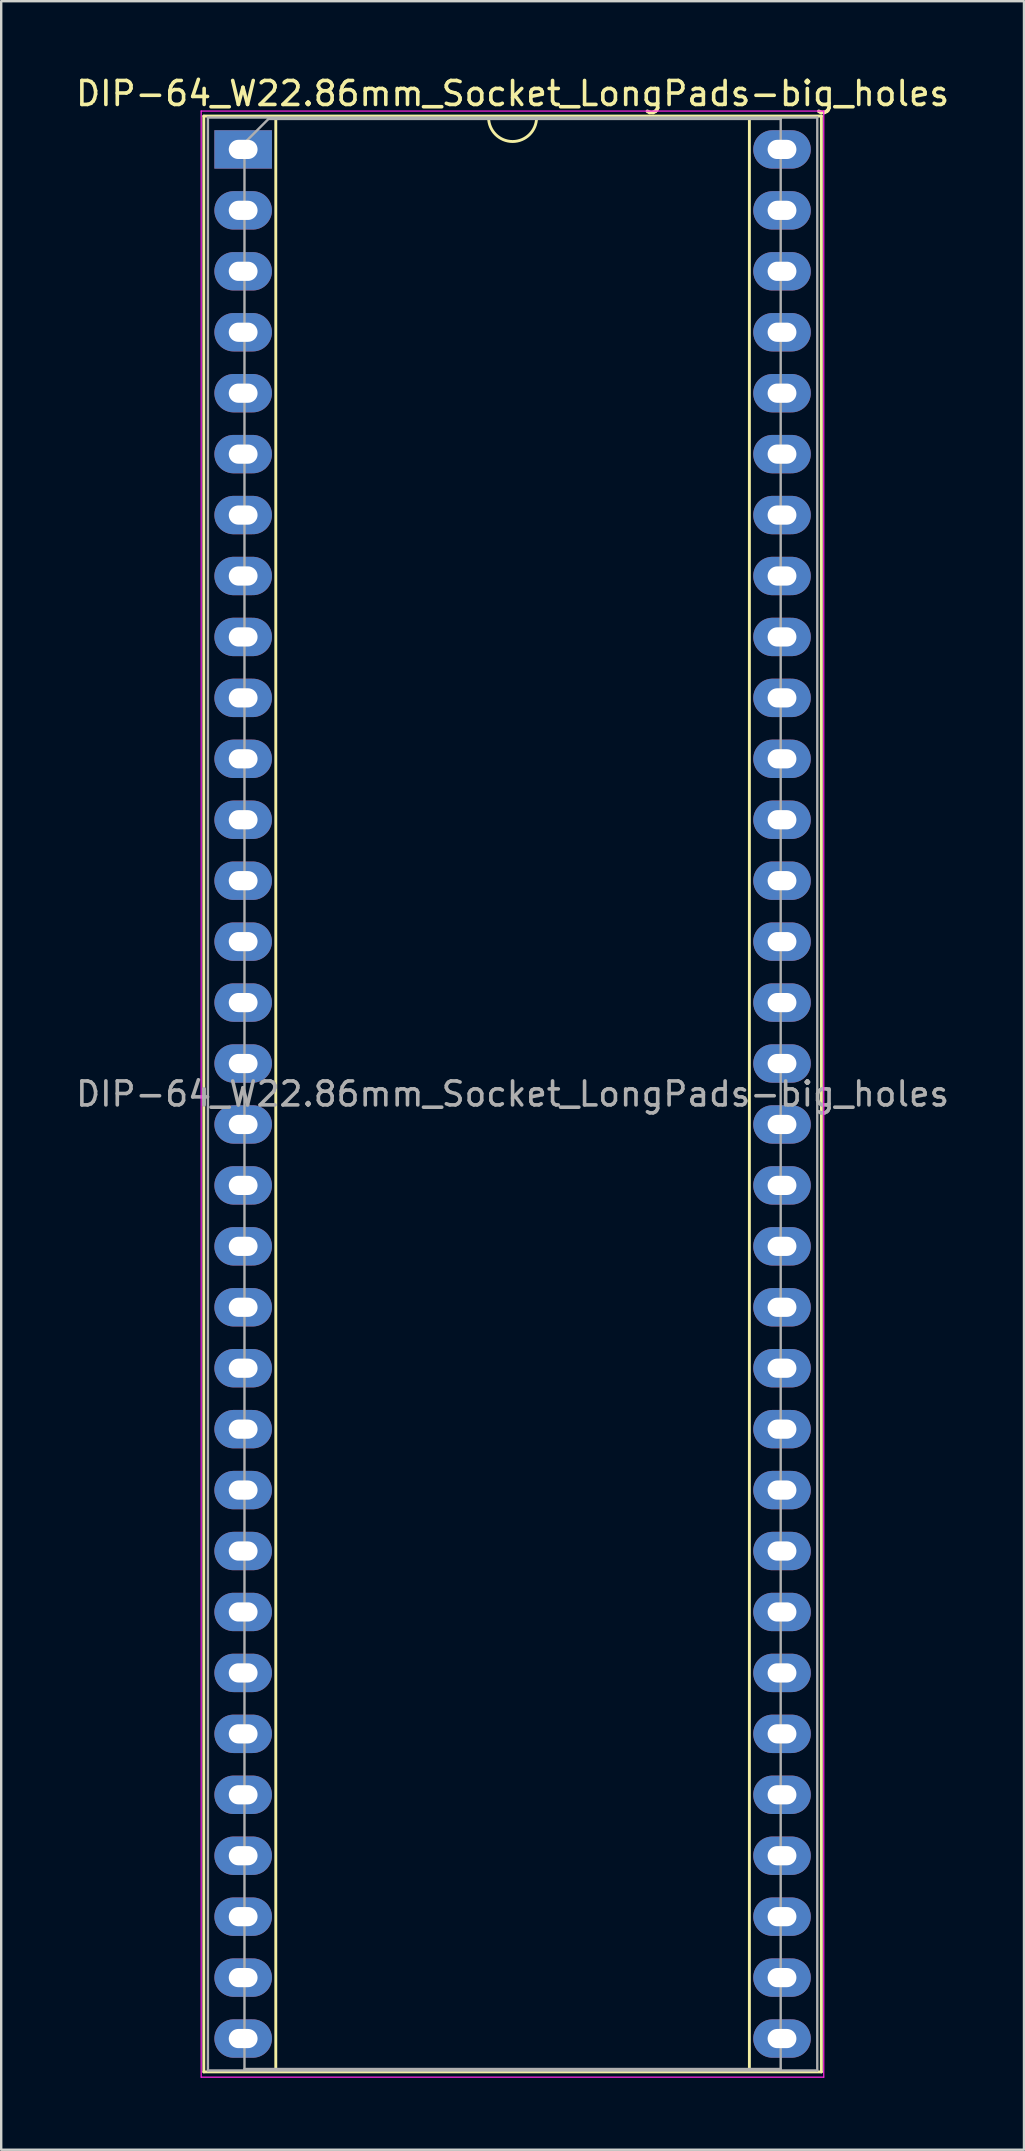
<source format=kicad_pcb>
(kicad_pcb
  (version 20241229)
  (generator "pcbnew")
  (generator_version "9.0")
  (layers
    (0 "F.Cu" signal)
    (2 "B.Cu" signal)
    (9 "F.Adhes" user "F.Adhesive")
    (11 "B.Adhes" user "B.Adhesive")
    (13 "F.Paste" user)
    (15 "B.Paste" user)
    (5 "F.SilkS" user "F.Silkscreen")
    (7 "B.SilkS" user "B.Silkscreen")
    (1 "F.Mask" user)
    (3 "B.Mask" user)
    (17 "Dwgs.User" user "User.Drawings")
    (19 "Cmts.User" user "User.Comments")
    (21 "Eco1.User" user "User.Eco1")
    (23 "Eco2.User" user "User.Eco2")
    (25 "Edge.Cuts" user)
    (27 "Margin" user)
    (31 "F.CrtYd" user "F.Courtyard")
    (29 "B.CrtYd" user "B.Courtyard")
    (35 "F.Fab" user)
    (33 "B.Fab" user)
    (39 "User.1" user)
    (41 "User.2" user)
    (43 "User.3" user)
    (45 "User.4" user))
  (footprint "DIP-64_W22.86mm_Socket_LongPads-big_holes"
    (layer "F.Cu")
    (at 6.885 3.178)
    (property "Reference" "DIP-64_W22.86mm_Socket_LongPads-big_holes" (at 11.43 -2.33 0) (layer "F.SilkS") (effects (font (size 1 1) (thickness 0.15))))
    (attr through_hole)
    (fp_line (start -1.44 -1.39) (end -1.44 80.13) (stroke (width 0.12) (type solid)) (layer "F.SilkS"))
    (fp_line (start -1.44 80.13) (end 24.3 80.13) (stroke (width 0.12) (type solid)) (layer "F.SilkS"))
    (fp_line (start 1.56 -1.33) (end 1.56 80.07) (stroke (width 0.12) (type solid)) (layer "F.SilkS"))
    (fp_line (start 1.56 80.07) (end 21.3 80.07) (stroke (width 0.12) (type solid)) (layer "F.SilkS"))
    (fp_line (start 10.43 -1.33) (end 1.56 -1.33) (stroke (width 0.12) (type solid)) (layer "F.SilkS"))
    (fp_line (start 21.3 -1.33) (end 12.43 -1.33) (stroke (width 0.12) (type solid)) (layer "F.SilkS"))
    (fp_line (start 21.3 80.07) (end 21.3 -1.33) (stroke (width 0.12) (type solid)) (layer "F.SilkS"))
    (fp_line (start 24.3 -1.39) (end -1.44 -1.39) (stroke (width 0.12) (type solid)) (layer "F.SilkS"))
    (fp_line (start 24.3 80.13) (end 24.3 -1.39) (stroke (width 0.12) (type solid)) (layer "F.SilkS"))
    (fp_arc (start 12.43 -1.33) (mid 11.43 -0.33) (end 10.43 -1.33) (stroke (width 0.12) (type solid)) (layer "F.SilkS"))
    (fp_line (start -1.55 -1.6) (end -1.55 80.35) (stroke (width 0.05) (type solid)) (layer "F.CrtYd"))
    (fp_line (start -1.55 80.35) (end 24.4 80.35) (stroke (width 0.05) (type solid)) (layer "F.CrtYd"))
    (fp_line (start 24.4 -1.6) (end -1.55 -1.6) (stroke (width 0.05) (type solid)) (layer "F.CrtYd"))
    (fp_line (start 24.4 80.35) (end 24.4 -1.6) (stroke (width 0.05) (type solid)) (layer "F.CrtYd"))
    (fp_line (start -1.27 -1.33) (end -1.27 80.07) (stroke (width 0.1) (type solid)) (layer "F.Fab"))
    (fp_line (start -1.27 80.07) (end 24.13 80.07) (stroke (width 0.1) (type solid)) (layer "F.Fab"))
    (fp_line (start 0.255 -0.27) (end 1.255 -1.27) (stroke (width 0.1) (type solid)) (layer "F.Fab"))
    (fp_line (start 0.255 80.01) (end 0.255 -0.27) (stroke (width 0.1) (type solid)) (layer "F.Fab"))
    (fp_line (start 1.255 -1.27) (end 22.605 -1.27) (stroke (width 0.1) (type solid)) (layer "F.Fab"))
    (fp_line (start 22.605 -1.27) (end 22.605 80.01) (stroke (width 0.1) (type solid)) (layer "F.Fab"))
    (fp_line (start 22.605 80.01) (end 0.255 80.01) (stroke (width 0.1) (type solid)) (layer "F.Fab"))
    (fp_line (start 24.13 -1.33) (end -1.27 -1.33) (stroke (width 0.1) (type solid)) (layer "F.Fab"))
    (fp_line (start 24.13 80.07) (end 24.13 -1.33) (stroke (width 0.1) (type solid)) (layer "F.Fab"))
    (fp_text user "${REFERENCE}" (at 11.43 39.37 0) (layer "F.Fab") (effects (font (size 1 1) (thickness 0.15))))
    (pad "1" thru_hole rect (at 0.2 0) (size 2.4 1.6) (drill oval 1.2 0.8) (layers "*.Cu" "*.Mask"))
    (pad "2" thru_hole oval (at 0.2 2.54) (size 2.4 1.6) (drill oval 1.2 0.8) (layers "*.Cu" "*.Mask"))
    (pad "3" thru_hole oval (at 0.2 5.08) (size 2.4 1.6) (drill oval 1.2 0.8) (layers "*.Cu" "*.Mask"))
    (pad "4" thru_hole oval (at 0.2 7.62) (size 2.4 1.6) (drill oval 1.2 0.8) (layers "*.Cu" "*.Mask"))
    (pad "5" thru_hole oval (at 0.2 10.16) (size 2.4 1.6) (drill oval 1.2 0.8) (layers "*.Cu" "*.Mask"))
    (pad "6" thru_hole oval (at 0.2 12.7) (size 2.4 1.6) (drill oval 1.2 0.8) (layers "*.Cu" "*.Mask"))
    (pad "7" thru_hole oval (at 0.2 15.24) (size 2.4 1.6) (drill oval 1.2 0.8) (layers "*.Cu" "*.Mask"))
    (pad "8" thru_hole oval (at 0.2 17.78) (size 2.4 1.6) (drill oval 1.2 0.8) (layers "*.Cu" "*.Mask"))
    (pad "9" thru_hole oval (at 0.2 20.32) (size 2.4 1.6) (drill oval 1.2 0.8) (layers "*.Cu" "*.Mask"))
    (pad "10" thru_hole oval (at 0.2 22.86) (size 2.4 1.6) (drill oval 1.2 0.8) (layers "*.Cu" "*.Mask"))
    (pad "11" thru_hole oval (at 0.2 25.4) (size 2.4 1.6) (drill oval 1.2 0.8) (layers "*.Cu" "*.Mask"))
    (pad "12" thru_hole oval (at 0.2 27.94) (size 2.4 1.6) (drill oval 1.2 0.8) (layers "*.Cu" "*.Mask"))
    (pad "13" thru_hole oval (at 0.2 30.48) (size 2.4 1.6) (drill oval 1.2 0.8) (layers "*.Cu" "*.Mask"))
    (pad "14" thru_hole oval (at 0.2 33.02) (size 2.4 1.6) (drill oval 1.2 0.8) (layers "*.Cu" "*.Mask"))
    (pad "15" thru_hole oval (at 0.2 35.56) (size 2.4 1.6) (drill oval 1.2 0.8) (layers "*.Cu" "*.Mask"))
    (pad "16" thru_hole oval (at 0.2 38.1) (size 2.4 1.6) (drill oval 1.2 0.8) (layers "*.Cu" "*.Mask"))
    (pad "17" thru_hole oval (at 0.2 40.64) (size 2.4 1.6) (drill oval 1.2 0.8) (layers "*.Cu" "*.Mask"))
    (pad "18" thru_hole oval (at 0.2 43.18) (size 2.4 1.6) (drill oval 1.2 0.8) (layers "*.Cu" "*.Mask"))
    (pad "19" thru_hole oval (at 0.2 45.72) (size 2.4 1.6) (drill oval 1.2 0.8) (layers "*.Cu" "*.Mask"))
    (pad "20" thru_hole oval (at 0.2 48.26) (size 2.4 1.6) (drill oval 1.2 0.8) (layers "*.Cu" "*.Mask"))
    (pad "21" thru_hole oval (at 0.2 50.8) (size 2.4 1.6) (drill oval 1.2 0.8) (layers "*.Cu" "*.Mask"))
    (pad "22" thru_hole oval (at 0.2 53.34) (size 2.4 1.6) (drill oval 1.2 0.8) (layers "*.Cu" "*.Mask"))
    (pad "23" thru_hole oval (at 0.2 55.88) (size 2.4 1.6) (drill oval 1.2 0.8) (layers "*.Cu" "*.Mask"))
    (pad "24" thru_hole oval (at 0.2 58.42) (size 2.4 1.6) (drill oval 1.2 0.8) (layers "*.Cu" "*.Mask"))
    (pad "25" thru_hole oval (at 0.2 60.96) (size 2.4 1.6) (drill oval 1.2 0.8) (layers "*.Cu" "*.Mask"))
    (pad "26" thru_hole oval (at 0.2 63.5) (size 2.4 1.6) (drill oval 1.2 0.8) (layers "*.Cu" "*.Mask"))
    (pad "27" thru_hole oval (at 0.2 66.04) (size 2.4 1.6) (drill oval 1.2 0.8) (layers "*.Cu" "*.Mask"))
    (pad "28" thru_hole oval (at 0.2 68.58) (size 2.4 1.6) (drill oval 1.2 0.8) (layers "*.Cu" "*.Mask"))
    (pad "29" thru_hole oval (at 0.2 71.12) (size 2.4 1.6) (drill oval 1.2 0.8) (layers "*.Cu" "*.Mask"))
    (pad "30" thru_hole oval (at 0.2 73.66) (size 2.4 1.6) (drill oval 1.2 0.8) (layers "*.Cu" "*.Mask"))
    (pad "31" thru_hole oval (at 0.2 76.2) (size 2.4 1.6) (drill oval 1.2 0.8) (layers "*.Cu" "*.Mask"))
    (pad "32" thru_hole oval (at 0.2 78.74) (size 2.4 1.6) (drill oval 1.2 0.8) (layers "*.Cu" "*.Mask"))
    (pad "33" thru_hole oval (at 22.66 78.74) (size 2.4 1.6) (drill oval 1.2 0.8) (layers "*.Cu" "*.Mask"))
    (pad "34" thru_hole oval (at 22.66 76.2) (size 2.4 1.6) (drill oval 1.2 0.8) (layers "*.Cu" "*.Mask"))
    (pad "35" thru_hole oval (at 22.66 73.66) (size 2.4 1.6) (drill oval 1.2 0.8) (layers "*.Cu" "*.Mask"))
    (pad "36" thru_hole oval (at 22.66 71.12) (size 2.4 1.6) (drill oval 1.2 0.8) (layers "*.Cu" "*.Mask"))
    (pad "37" thru_hole oval (at 22.66 68.58) (size 2.4 1.6) (drill oval 1.2 0.8) (layers "*.Cu" "*.Mask"))
    (pad "38" thru_hole oval (at 22.66 66.04) (size 2.4 1.6) (drill oval 1.2 0.8) (layers "*.Cu" "*.Mask"))
    (pad "39" thru_hole oval (at 22.66 63.5) (size 2.4 1.6) (drill oval 1.2 0.8) (layers "*.Cu" "*.Mask"))
    (pad "40" thru_hole oval (at 22.66 60.96) (size 2.4 1.6) (drill oval 1.2 0.8) (layers "*.Cu" "*.Mask"))
    (pad "41" thru_hole oval (at 22.66 58.42) (size 2.4 1.6) (drill oval 1.2 0.8) (layers "*.Cu" "*.Mask"))
    (pad "42" thru_hole oval (at 22.66 55.88) (size 2.4 1.6) (drill oval 1.2 0.8) (layers "*.Cu" "*.Mask"))
    (pad "43" thru_hole oval (at 22.66 53.34) (size 2.4 1.6) (drill oval 1.2 0.8) (layers "*.Cu" "*.Mask"))
    (pad "44" thru_hole oval (at 22.66 50.8) (size 2.4 1.6) (drill oval 1.2 0.8) (layers "*.Cu" "*.Mask"))
    (pad "45" thru_hole oval (at 22.66 48.26) (size 2.4 1.6) (drill oval 1.2 0.8) (layers "*.Cu" "*.Mask"))
    (pad "46" thru_hole oval (at 22.66 45.72) (size 2.4 1.6) (drill oval 1.2 0.8) (layers "*.Cu" "*.Mask"))
    (pad "47" thru_hole oval (at 22.66 43.18) (size 2.4 1.6) (drill oval 1.2 0.8) (layers "*.Cu" "*.Mask"))
    (pad "48" thru_hole oval (at 22.66 40.64) (size 2.4 1.6) (drill oval 1.2 0.8) (layers "*.Cu" "*.Mask"))
    (pad "49" thru_hole oval (at 22.66 38.1) (size 2.4 1.6) (drill oval 1.2 0.8) (layers "*.Cu" "*.Mask"))
    (pad "50" thru_hole oval (at 22.66 35.56) (size 2.4 1.6) (drill oval 1.2 0.8) (layers "*.Cu" "*.Mask"))
    (pad "51" thru_hole oval (at 22.66 33.02) (size 2.4 1.6) (drill oval 1.2 0.8) (layers "*.Cu" "*.Mask"))
    (pad "52" thru_hole oval (at 22.66 30.48) (size 2.4 1.6) (drill oval 1.2 0.8) (layers "*.Cu" "*.Mask"))
    (pad "53" thru_hole oval (at 22.66 27.94) (size 2.4 1.6) (drill oval 1.2 0.8) (layers "*.Cu" "*.Mask"))
    (pad "54" thru_hole oval (at 22.66 25.4) (size 2.4 1.6) (drill oval 1.2 0.8) (layers "*.Cu" "*.Mask"))
    (pad "55" thru_hole oval (at 22.66 22.86) (size 2.4 1.6) (drill oval 1.2 0.8) (layers "*.Cu" "*.Mask"))
    (pad "56" thru_hole oval (at 22.66 20.32) (size 2.4 1.6) (drill oval 1.2 0.8) (layers "*.Cu" "*.Mask"))
    (pad "57" thru_hole oval (at 22.66 17.78) (size 2.4 1.6) (drill oval 1.2 0.8) (layers "*.Cu" "*.Mask"))
    (pad "58" thru_hole oval (at 22.66 15.24) (size 2.4 1.6) (drill oval 1.2 0.8) (layers "*.Cu" "*.Mask"))
    (pad "59" thru_hole oval (at 22.66 12.7) (size 2.4 1.6) (drill oval 1.2 0.8) (layers "*.Cu" "*.Mask"))
    (pad "60" thru_hole oval (at 22.66 10.16) (size 2.4 1.6) (drill oval 1.2 0.8) (layers "*.Cu" "*.Mask"))
    (pad "61" thru_hole oval (at 22.66 7.62) (size 2.4 1.6) (drill oval 1.2 0.8) (layers "*.Cu" "*.Mask"))
    (pad "62" thru_hole oval (at 22.66 5.08) (size 2.4 1.6) (drill oval 1.2 0.8) (layers "*.Cu" "*.Mask"))
    (pad "63" thru_hole oval (at 22.66 2.54) (size 2.4 1.6) (drill oval 1.2 0.8) (layers "*.Cu" "*.Mask"))
    (pad "64" thru_hole oval (at 22.66 0) (size 2.4 1.6) (drill oval 1.2 0.8) (layers "*.Cu" "*.Mask")))
  (gr_rect
    (start -3 -3)
    (end 39.631 86.553)
    (stroke (width 0.1) (type default))
    (fill no)
    (layer "Edge.Cuts")))
</source>
